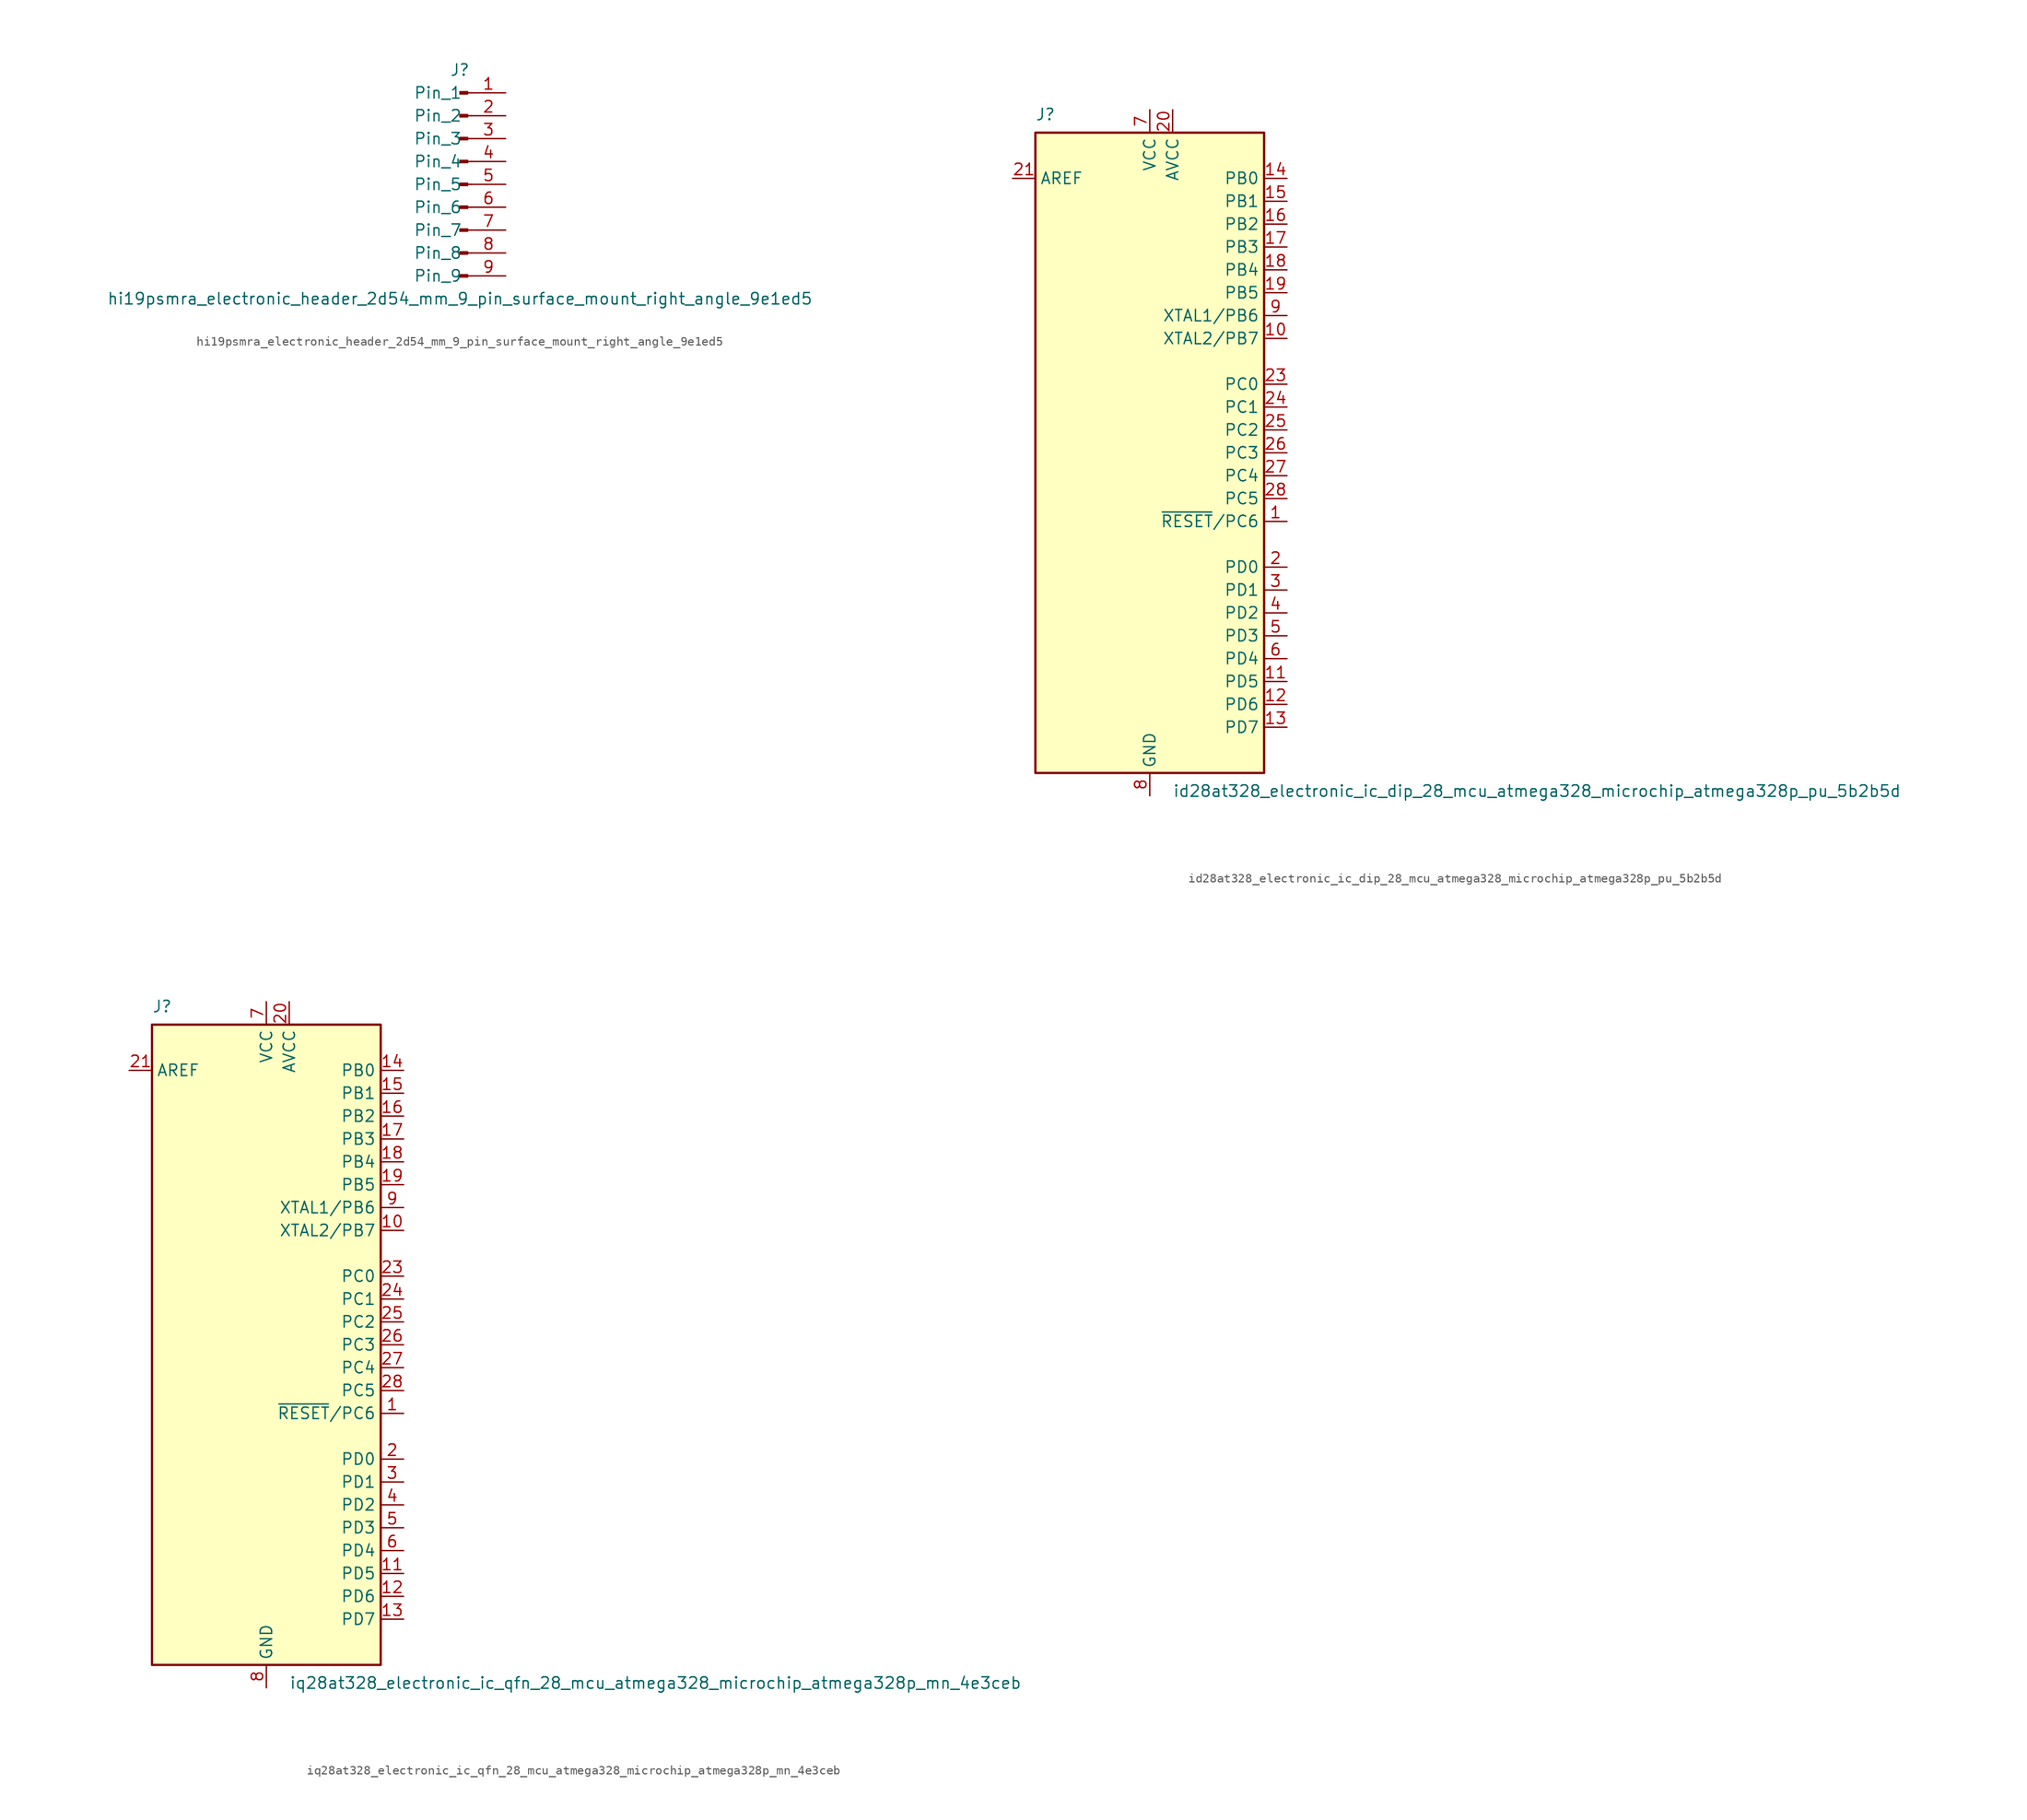
<source format=kicad_sym>
(kicad_symbol_lib
  (version 20220914)
  (generator kicad_symbol_editor)
  (symbol "hi19psmra_electronic_header_2d54_mm_9_pin_surface_mount_right_angle_9e1ed5"
    (pin_names
      (offset 1.016))
    (property "Reference" "J"
      (at 0 12.7 0)
      (effects (font (size 1.27 1.27))))
    (property "Value" "hi19psmra_electronic_header_2d54_mm_9_pin_surface_mount_right_angle_9e1ed5"
      (at 0 -12.7 0)
      (effects (font (size 1.27 1.27))))
    (property "ki_locked" ""
      (at 0 0 0)
      (effects (font (size 1.27 1.27))))
    (symbol "hi19psmra_electronic_header_2d54_mm_9_pin_surface_mount_right_angle_9e1ed5_1_1"
      (polyline (pts (xy 1.27 -10.16) (xy 0.864 -10.16)) (stroke (width 0.152) (type default)) (fill (type none)))
      (polyline (pts (xy 1.27 -7.62) (xy 0.864 -7.62)) (stroke (width 0.152) (type default)) (fill (type none)))
      (polyline (pts (xy 1.27 -5.08) (xy 0.864 -5.08)) (stroke (width 0.152) (type default)) (fill (type none)))
      (polyline (pts (xy 1.27 -2.54) (xy 0.864 -2.54)) (stroke (width 0.152) (type default)) (fill (type none)))
      (polyline (pts (xy 1.27 0) (xy 0.864 0)) (stroke (width 0.152) (type default)) (fill (type none)))
      (polyline (pts (xy 1.27 2.54) (xy 0.864 2.54)) (stroke (width 0.152) (type default)) (fill (type none)))
      (polyline (pts (xy 1.27 5.08) (xy 0.864 5.08)) (stroke (width 0.152) (type default)) (fill (type none)))
      (polyline (pts (xy 1.27 7.62) (xy 0.864 7.62)) (stroke (width 0.152) (type default)) (fill (type none)))
      (polyline (pts (xy 1.27 10.16) (xy 0.864 10.16)) (stroke (width 0.152) (type default)) (fill (type none)))
      (rectangle (start 0.864 -10.033) (end 0 -10.287) (stroke (width 0.152) (type default)) (fill (type outline)))
      (rectangle (start 0.864 -7.493) (end 0 -7.747) (stroke (width 0.152) (type default)) (fill (type outline)))
      (rectangle (start 0.864 -4.953) (end 0 -5.207) (stroke (width 0.152) (type default)) (fill (type outline)))
      (rectangle (start 0.864 -2.413) (end 0 -2.667) (stroke (width 0.152) (type default)) (fill (type outline)))
      (rectangle (start 0.864 0.127) (end 0 -0.127) (stroke (width 0.152) (type default)) (fill (type outline)))
      (rectangle (start 0.864 2.667) (end 0 2.413) (stroke (width 0.152) (type default)) (fill (type outline)))
      (rectangle (start 0.864 5.207) (end 0 4.953) (stroke (width 0.152) (type default)) (fill (type outline)))
      (rectangle (start 0.864 7.747) (end 0 7.493) (stroke (width 0.152) (type default)) (fill (type outline)))
      (rectangle (start 0.864 10.287) (end 0 10.033) (stroke (width 0.152) (type default)) (fill (type outline)))
      (pin passive line (at 5.08 10.16 180) (length 3.81) (name "Pin_1" (effects (font (size 1.27 1.27)))) (number "1" (effects (font (size 1.27 1.27)))))
      (pin passive line (at 5.08 7.62 180) (length 3.81) (name "Pin_2" (effects (font (size 1.27 1.27)))) (number "2" (effects (font (size 1.27 1.27)))))
      (pin passive line (at 5.08 5.08 180) (length 3.81) (name "Pin_3" (effects (font (size 1.27 1.27)))) (number "3" (effects (font (size 1.27 1.27)))))
      (pin passive line (at 5.08 2.54 180) (length 3.81) (name "Pin_4" (effects (font (size 1.27 1.27)))) (number "4" (effects (font (size 1.27 1.27)))))
      (pin passive line (at 5.08 0 180) (length 3.81) (name "Pin_5" (effects (font (size 1.27 1.27)))) (number "5" (effects (font (size 1.27 1.27)))))
      (pin passive line (at 5.08 -2.54 180) (length 3.81) (name "Pin_6" (effects (font (size 1.27 1.27)))) (number "6" (effects (font (size 1.27 1.27)))))
      (pin passive line (at 5.08 -5.08 180) (length 3.81) (name "Pin_7" (effects (font (size 1.27 1.27)))) (number "7" (effects (font (size 1.27 1.27)))))
      (pin passive line (at 5.08 -7.62 180) (length 3.81) (name "Pin_8" (effects (font (size 1.27 1.27)))) (number "8" (effects (font (size 1.27 1.27)))))
      (pin passive line (at 5.08 -10.16 180) (length 3.81) (name "Pin_9" (effects (font (size 1.27 1.27)))) (number "9" (effects (font (size 1.27 1.27)))))))
  (symbol "id28at328_electronic_ic_dip_28_mcu_atmega328_microchip_atmega328p_pu_5b2b5d"
    (property "Reference" "J"
      (at -12.7 36.83 0)
      (effects (font (size 1.27 1.27)) (justify left bottom)))
    (property "Value" "id28at328_electronic_ic_dip_28_mcu_atmega328_microchip_atmega328p_pu_5b2b5d"
      (at 2.54 -36.83 0)
      (effects (font (size 1.27 1.27)) (justify left top)))
    (symbol "id28at328_electronic_ic_dip_28_mcu_atmega328_microchip_atmega328p_pu_5b2b5d_0_1"
      (rectangle (start -12.7 -35.56) (end 12.7 35.56) (stroke (width 0.254) (type default)) (fill (type background))))
    (symbol "id28at328_electronic_ic_dip_28_mcu_atmega328_microchip_atmega328p_pu_5b2b5d_1_1"
      (pin bidirectional line (at 15.24 -7.62 180) (length 2.54) (name "~{RESET}/PC6" (effects (font (size 1.27 1.27)))) (number "1" (effects (font (size 1.27 1.27)))))
      (pin bidirectional line (at 15.24 12.7 180) (length 2.54) (name "XTAL2/PB7" (effects (font (size 1.27 1.27)))) (number "10" (effects (font (size 1.27 1.27)))))
      (pin bidirectional line (at 15.24 -25.4 180) (length 2.54) (name "PD5" (effects (font (size 1.27 1.27)))) (number "11" (effects (font (size 1.27 1.27)))))
      (pin bidirectional line (at 15.24 -27.94 180) (length 2.54) (name "PD6" (effects (font (size 1.27 1.27)))) (number "12" (effects (font (size 1.27 1.27)))))
      (pin bidirectional line (at 15.24 -30.48 180) (length 2.54) (name "PD7" (effects (font (size 1.27 1.27)))) (number "13" (effects (font (size 1.27 1.27)))))
      (pin bidirectional line (at 15.24 30.48 180) (length 2.54) (name "PB0" (effects (font (size 1.27 1.27)))) (number "14" (effects (font (size 1.27 1.27)))))
      (pin bidirectional line (at 15.24 27.94 180) (length 2.54) (name "PB1" (effects (font (size 1.27 1.27)))) (number "15" (effects (font (size 1.27 1.27)))))
      (pin bidirectional line (at 15.24 25.4 180) (length 2.54) (name "PB2" (effects (font (size 1.27 1.27)))) (number "16" (effects (font (size 1.27 1.27)))))
      (pin bidirectional line (at 15.24 22.86 180) (length 2.54) (name "PB3" (effects (font (size 1.27 1.27)))) (number "17" (effects (font (size 1.27 1.27)))))
      (pin bidirectional line (at 15.24 20.32 180) (length 2.54) (name "PB4" (effects (font (size 1.27 1.27)))) (number "18" (effects (font (size 1.27 1.27)))))
      (pin bidirectional line (at 15.24 17.78 180) (length 2.54) (name "PB5" (effects (font (size 1.27 1.27)))) (number "19" (effects (font (size 1.27 1.27)))))
      (pin bidirectional line (at 15.24 -12.7 180) (length 2.54) (name "PD0" (effects (font (size 1.27 1.27)))) (number "2" (effects (font (size 1.27 1.27)))))
      (pin power_in line (at 2.54 38.1 270) (length 2.54) (name "AVCC" (effects (font (size 1.27 1.27)))) (number "20" (effects (font (size 1.27 1.27)))))
      (pin passive line (at -15.24 30.48 0) (length 2.54) (name "AREF" (effects (font (size 1.27 1.27)))) (number "21" (effects (font (size 1.27 1.27)))))
      (pin passive line (at 0 -38.1 90) (length 2.54) hide (name "GND" (effects (font (size 1.27 1.27)))) (number "22" (effects (font (size 1.27 1.27)))))
      (pin bidirectional line (at 15.24 7.62 180) (length 2.54) (name "PC0" (effects (font (size 1.27 1.27)))) (number "23" (effects (font (size 1.27 1.27)))))
      (pin bidirectional line (at 15.24 5.08 180) (length 2.54) (name "PC1" (effects (font (size 1.27 1.27)))) (number "24" (effects (font (size 1.27 1.27)))))
      (pin bidirectional line (at 15.24 2.54 180) (length 2.54) (name "PC2" (effects (font (size 1.27 1.27)))) (number "25" (effects (font (size 1.27 1.27)))))
      (pin bidirectional line (at 15.24 0 180) (length 2.54) (name "PC3" (effects (font (size 1.27 1.27)))) (number "26" (effects (font (size 1.27 1.27)))))
      (pin bidirectional line (at 15.24 -2.54 180) (length 2.54) (name "PC4" (effects (font (size 1.27 1.27)))) (number "27" (effects (font (size 1.27 1.27)))))
      (pin bidirectional line (at 15.24 -5.08 180) (length 2.54) (name "PC5" (effects (font (size 1.27 1.27)))) (number "28" (effects (font (size 1.27 1.27)))))
      (pin bidirectional line (at 15.24 -15.24 180) (length 2.54) (name "PD1" (effects (font (size 1.27 1.27)))) (number "3" (effects (font (size 1.27 1.27)))))
      (pin bidirectional line (at 15.24 -17.78 180) (length 2.54) (name "PD2" (effects (font (size 1.27 1.27)))) (number "4" (effects (font (size 1.27 1.27)))))
      (pin bidirectional line (at 15.24 -20.32 180) (length 2.54) (name "PD3" (effects (font (size 1.27 1.27)))) (number "5" (effects (font (size 1.27 1.27)))))
      (pin bidirectional line (at 15.24 -22.86 180) (length 2.54) (name "PD4" (effects (font (size 1.27 1.27)))) (number "6" (effects (font (size 1.27 1.27)))))
      (pin power_in line (at 0 38.1 270) (length 2.54) (name "VCC" (effects (font (size 1.27 1.27)))) (number "7" (effects (font (size 1.27 1.27)))))
      (pin power_in line (at 0 -38.1 90) (length 2.54) (name "GND" (effects (font (size 1.27 1.27)))) (number "8" (effects (font (size 1.27 1.27)))))
      (pin bidirectional line (at 15.24 15.24 180) (length 2.54) (name "XTAL1/PB6" (effects (font (size 1.27 1.27)))) (number "9" (effects (font (size 1.27 1.27)))))))
  (symbol "iq28at328_electronic_ic_qfn_28_mcu_atmega328_microchip_atmega328p_mn_4e3ceb"
    (property "Reference" "J"
      (at -12.7 36.83 0)
      (effects (font (size 1.27 1.27)) (justify left bottom)))
    (property "Value" "iq28at328_electronic_ic_qfn_28_mcu_atmega328_microchip_atmega328p_mn_4e3ceb"
      (at 2.54 -36.83 0)
      (effects (font (size 1.27 1.27)) (justify left top)))
    (symbol "iq28at328_electronic_ic_qfn_28_mcu_atmega328_microchip_atmega328p_mn_4e3ceb_0_1"
      (rectangle (start -12.7 -35.56) (end 12.7 35.56) (stroke (width 0.254) (type default)) (fill (type background))))
    (symbol "iq28at328_electronic_ic_qfn_28_mcu_atmega328_microchip_atmega328p_mn_4e3ceb_1_1"
      (pin bidirectional line (at 15.24 -7.62 180) (length 2.54) (name "~{RESET}/PC6" (effects (font (size 1.27 1.27)))) (number "1" (effects (font (size 1.27 1.27)))))
      (pin bidirectional line (at 15.24 12.7 180) (length 2.54) (name "XTAL2/PB7" (effects (font (size 1.27 1.27)))) (number "10" (effects (font (size 1.27 1.27)))))
      (pin bidirectional line (at 15.24 -25.4 180) (length 2.54) (name "PD5" (effects (font (size 1.27 1.27)))) (number "11" (effects (font (size 1.27 1.27)))))
      (pin bidirectional line (at 15.24 -27.94 180) (length 2.54) (name "PD6" (effects (font (size 1.27 1.27)))) (number "12" (effects (font (size 1.27 1.27)))))
      (pin bidirectional line (at 15.24 -30.48 180) (length 2.54) (name "PD7" (effects (font (size 1.27 1.27)))) (number "13" (effects (font (size 1.27 1.27)))))
      (pin bidirectional line (at 15.24 30.48 180) (length 2.54) (name "PB0" (effects (font (size 1.27 1.27)))) (number "14" (effects (font (size 1.27 1.27)))))
      (pin bidirectional line (at 15.24 27.94 180) (length 2.54) (name "PB1" (effects (font (size 1.27 1.27)))) (number "15" (effects (font (size 1.27 1.27)))))
      (pin bidirectional line (at 15.24 25.4 180) (length 2.54) (name "PB2" (effects (font (size 1.27 1.27)))) (number "16" (effects (font (size 1.27 1.27)))))
      (pin bidirectional line (at 15.24 22.86 180) (length 2.54) (name "PB3" (effects (font (size 1.27 1.27)))) (number "17" (effects (font (size 1.27 1.27)))))
      (pin bidirectional line (at 15.24 20.32 180) (length 2.54) (name "PB4" (effects (font (size 1.27 1.27)))) (number "18" (effects (font (size 1.27 1.27)))))
      (pin bidirectional line (at 15.24 17.78 180) (length 2.54) (name "PB5" (effects (font (size 1.27 1.27)))) (number "19" (effects (font (size 1.27 1.27)))))
      (pin bidirectional line (at 15.24 -12.7 180) (length 2.54) (name "PD0" (effects (font (size 1.27 1.27)))) (number "2" (effects (font (size 1.27 1.27)))))
      (pin power_in line (at 2.54 38.1 270) (length 2.54) (name "AVCC" (effects (font (size 1.27 1.27)))) (number "20" (effects (font (size 1.27 1.27)))))
      (pin passive line (at -15.24 30.48 0) (length 2.54) (name "AREF" (effects (font (size 1.27 1.27)))) (number "21" (effects (font (size 1.27 1.27)))))
      (pin passive line (at 0 -38.1 90) (length 2.54) hide (name "GND" (effects (font (size 1.27 1.27)))) (number "22" (effects (font (size 1.27 1.27)))))
      (pin bidirectional line (at 15.24 7.62 180) (length 2.54) (name "PC0" (effects (font (size 1.27 1.27)))) (number "23" (effects (font (size 1.27 1.27)))))
      (pin bidirectional line (at 15.24 5.08 180) (length 2.54) (name "PC1" (effects (font (size 1.27 1.27)))) (number "24" (effects (font (size 1.27 1.27)))))
      (pin bidirectional line (at 15.24 2.54 180) (length 2.54) (name "PC2" (effects (font (size 1.27 1.27)))) (number "25" (effects (font (size 1.27 1.27)))))
      (pin bidirectional line (at 15.24 0 180) (length 2.54) (name "PC3" (effects (font (size 1.27 1.27)))) (number "26" (effects (font (size 1.27 1.27)))))
      (pin bidirectional line (at 15.24 -2.54 180) (length 2.54) (name "PC4" (effects (font (size 1.27 1.27)))) (number "27" (effects (font (size 1.27 1.27)))))
      (pin bidirectional line (at 15.24 -5.08 180) (length 2.54) (name "PC5" (effects (font (size 1.27 1.27)))) (number "28" (effects (font (size 1.27 1.27)))))
      (pin bidirectional line (at 15.24 -15.24 180) (length 2.54) (name "PD1" (effects (font (size 1.27 1.27)))) (number "3" (effects (font (size 1.27 1.27)))))
      (pin bidirectional line (at 15.24 -17.78 180) (length 2.54) (name "PD2" (effects (font (size 1.27 1.27)))) (number "4" (effects (font (size 1.27 1.27)))))
      (pin bidirectional line (at 15.24 -20.32 180) (length 2.54) (name "PD3" (effects (font (size 1.27 1.27)))) (number "5" (effects (font (size 1.27 1.27)))))
      (pin bidirectional line (at 15.24 -22.86 180) (length 2.54) (name "PD4" (effects (font (size 1.27 1.27)))) (number "6" (effects (font (size 1.27 1.27)))))
      (pin power_in line (at 0 38.1 270) (length 2.54) (name "VCC" (effects (font (size 1.27 1.27)))) (number "7" (effects (font (size 1.27 1.27)))))
      (pin power_in line (at 0 -38.1 90) (length 2.54) (name "GND" (effects (font (size 1.27 1.27)))) (number "8" (effects (font (size 1.27 1.27)))))
      (pin bidirectional line (at 15.24 15.24 180) (length 2.54) (name "XTAL1/PB6" (effects (font (size 1.27 1.27)))) (number "9" (effects (font (size 1.27 1.27))))))))
</source>
